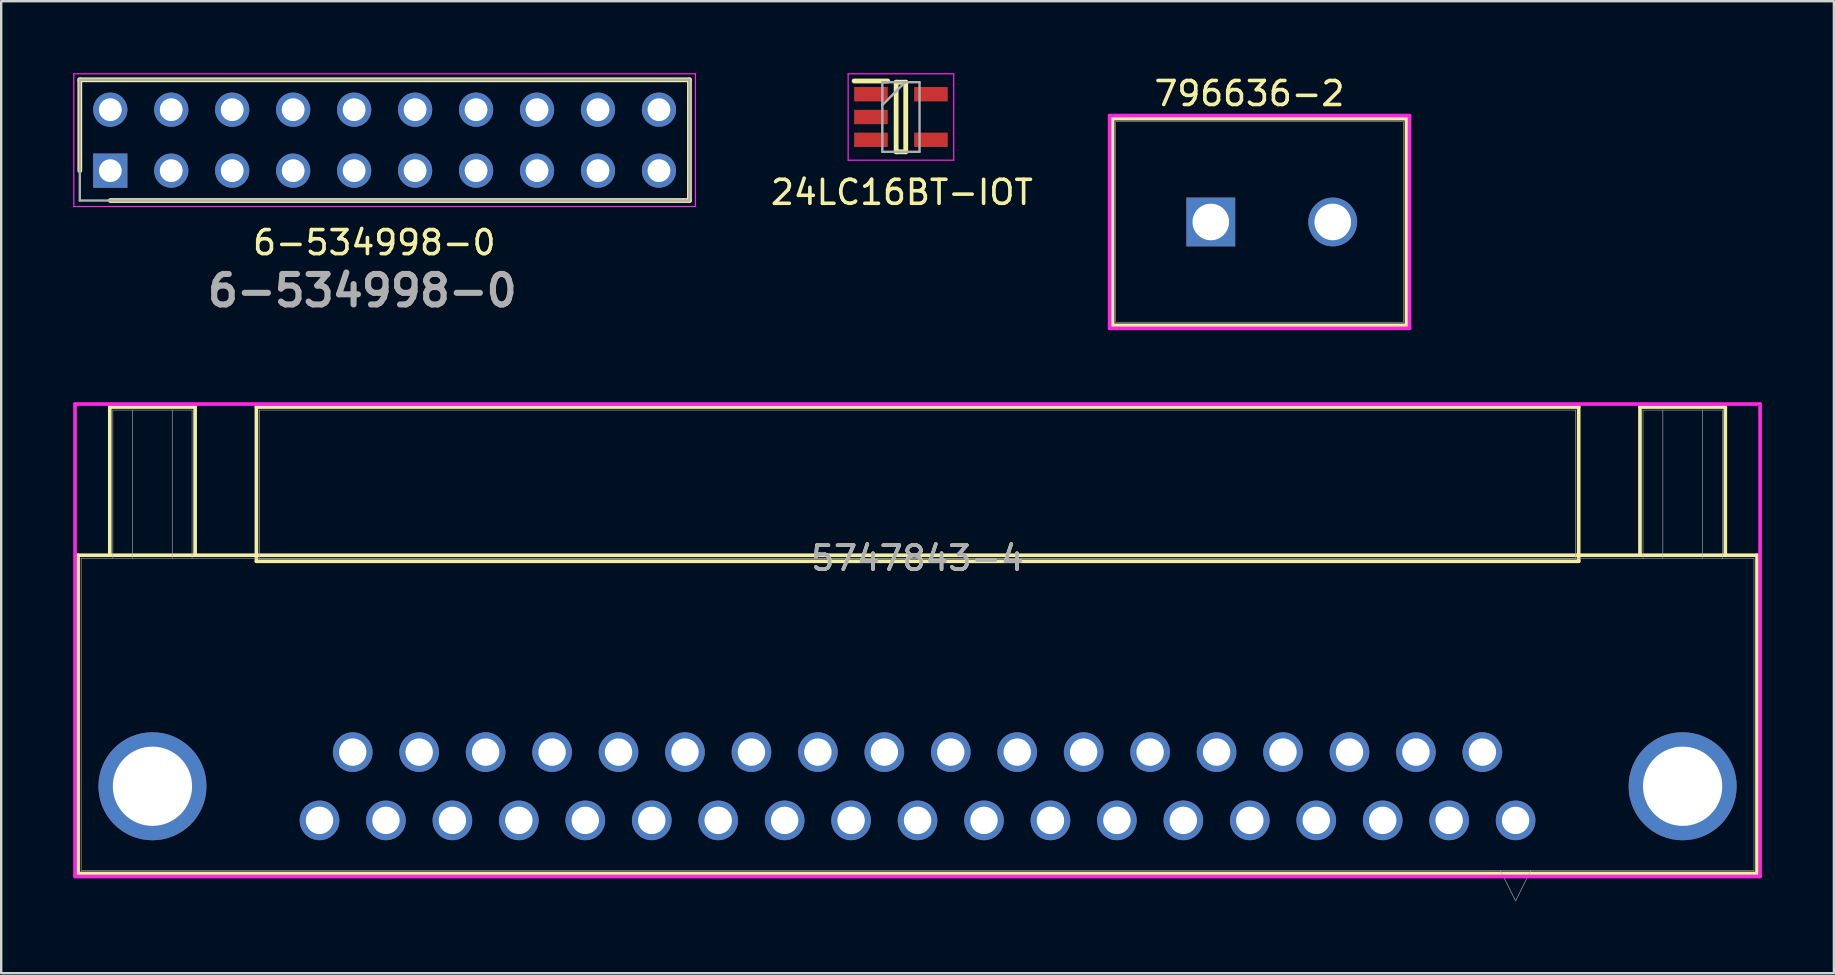
<source format=kicad_pcb>
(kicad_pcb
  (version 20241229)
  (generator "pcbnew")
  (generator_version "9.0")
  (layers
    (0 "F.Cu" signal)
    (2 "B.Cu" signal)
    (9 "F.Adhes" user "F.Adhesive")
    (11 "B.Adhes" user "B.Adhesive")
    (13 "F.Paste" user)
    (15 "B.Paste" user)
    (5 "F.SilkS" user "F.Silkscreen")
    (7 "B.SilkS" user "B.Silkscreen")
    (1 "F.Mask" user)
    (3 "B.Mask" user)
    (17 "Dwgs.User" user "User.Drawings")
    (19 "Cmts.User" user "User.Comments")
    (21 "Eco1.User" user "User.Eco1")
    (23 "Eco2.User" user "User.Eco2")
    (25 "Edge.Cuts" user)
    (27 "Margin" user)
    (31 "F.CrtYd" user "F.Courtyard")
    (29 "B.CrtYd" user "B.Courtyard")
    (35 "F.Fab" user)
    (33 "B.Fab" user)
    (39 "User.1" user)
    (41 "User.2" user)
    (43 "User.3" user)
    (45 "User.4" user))
  (footprint "24LC16BT-IOT"
    (layer "F.Cu")
    (at 34.487 1.825)
    (property "Reference" "24LC16BT-IOT" (at 0.04 3.14 0) (layer "F.SilkS") (effects (font (size 1 1) (thickness 0.15))))
    (attr smd)
    (fp_line (start -1.95 -1.5) (end -0.55 -1.5) (stroke (width 0.2) (type solid)) (layer "F.SilkS"))
    (fp_line (start -0.2 -1.45) (end 0.2 -1.45) (stroke (width 0.2) (type solid)) (layer "F.SilkS"))
    (fp_line (start -0.2 1.45) (end -0.2 -1.45) (stroke (width 0.2) (type solid)) (layer "F.SilkS"))
    (fp_line (start 0.2 -1.45) (end 0.2 1.45) (stroke (width 0.2) (type solid)) (layer "F.SilkS"))
    (fp_line (start 0.2 1.45) (end -0.2 1.45) (stroke (width 0.2) (type solid)) (layer "F.SilkS"))
    (fp_line (start -2.2 -1.8) (end 2.2 -1.8) (stroke (width 0.05) (type solid)) (layer "F.CrtYd"))
    (fp_line (start -2.2 1.8) (end -2.2 -1.8) (stroke (width 0.05) (type solid)) (layer "F.CrtYd"))
    (fp_line (start 2.2 -1.8) (end 2.2 1.8) (stroke (width 0.05) (type solid)) (layer "F.CrtYd"))
    (fp_line (start 2.2 1.8) (end -2.2 1.8) (stroke (width 0.05) (type solid)) (layer "F.CrtYd"))
    (fp_line (start -0.775 -1.45) (end 0.775 -1.45) (stroke (width 0.1) (type solid)) (layer "F.Fab"))
    (fp_line (start -0.775 -0.5) (end 0.175 -1.45) (stroke (width 0.1) (type solid)) (layer "F.Fab"))
    (fp_line (start -0.775 1.45) (end -0.775 -1.45) (stroke (width 0.1) (type solid)) (layer "F.Fab"))
    (fp_line (start 0.775 -1.45) (end 0.775 1.45) (stroke (width 0.1) (type solid)) (layer "F.Fab"))
    (fp_line (start 0.775 1.45) (end -0.775 1.45) (stroke (width 0.1) (type solid)) (layer "F.Fab"))
    (pad "1" smd rect (at -1.25 -0.95 90) (size 0.6 1.4) (layers "F.Cu" "F.Mask" "F.Paste"))
    (pad "2" smd rect (at -1.25 0 90) (size 0.6 1.4) (layers "F.Cu" "F.Mask" "F.Paste"))
    (pad "3" smd rect (at -1.25 0.95 90) (size 0.6 1.4) (layers "F.Cu" "F.Mask" "F.Paste"))
    (pad "4" smd rect (at 1.25 0.95 90) (size 0.6 1.4) (layers "F.Cu" "F.Mask" "F.Paste"))
    (pad "5" smd rect (at 1.25 -0.95 90) (size 0.6 1.4) (layers "F.Cu" "F.Mask" "F.Paste")))
  (footprint "6-534998-0"
    (layer "F.Cu")
    (at 1.545 4.06)
    (property "Reference" "6-534998-0" (at 11 3 0) (layer "F.SilkS") (effects (font (size 1 1) (thickness 0.15))))
    (attr through_hole)
    (fp_line (start -1.27 -3.785) (end -1.27 0) (stroke (width 0.2) (type solid)) (layer "F.SilkS"))
    (fp_line (start 0 1.245) (end 24.13 1.245) (stroke (width 0.2) (type solid)) (layer "F.SilkS"))
    (fp_line (start 24.13 -3.785) (end -1.27 -3.785) (stroke (width 0.2) (type solid)) (layer "F.SilkS"))
    (fp_line (start 24.13 1.245) (end 24.13 -3.785) (stroke (width 0.2) (type solid)) (layer "F.SilkS"))
    (fp_line (start -1.52 -4.035) (end 24.38 -4.035) (stroke (width 0.05) (type solid)) (layer "F.CrtYd"))
    (fp_line (start -1.52 1.495) (end -1.52 -4.035) (stroke (width 0.05) (type solid)) (layer "F.CrtYd"))
    (fp_line (start 24.38 -4.035) (end 24.38 1.495) (stroke (width 0.05) (type solid)) (layer "F.CrtYd"))
    (fp_line (start 24.38 1.495) (end -1.52 1.495) (stroke (width 0.05) (type solid)) (layer "F.CrtYd"))
    (fp_line (start -1.27 -3.785) (end 24.13 -3.785) (stroke (width 0.1) (type solid)) (layer "F.Fab"))
    (fp_line (start -1.27 1.245) (end -1.27 -3.785) (stroke (width 0.1) (type solid)) (layer "F.Fab"))
    (fp_line (start 24.13 -3.785) (end 24.13 1.245) (stroke (width 0.1) (type solid)) (layer "F.Fab"))
    (fp_line (start 24.13 1.245) (end -1.27 1.245) (stroke (width 0.1) (type solid)) (layer "F.Fab"))
    (fp_text user "${REFERENCE}" (at 10.5 5 0) (layer "F.Fab") (effects (font (size 1.27 1.27) (thickness 0.254))))
    (pad "1" thru_hole rect (at 0 0) (size 1.425 1.425) (drill 0.95) (layers "*.Cu" "*.Mask"))
    (pad "2" thru_hole circle (at 0 -2.54) (size 1.425 1.425) (drill 0.95) (layers "*.Cu" "*.Mask"))
    (pad "3" thru_hole circle (at 2.54 0) (size 1.425 1.425) (drill 0.95) (layers "*.Cu" "*.Mask"))
    (pad "4" thru_hole circle (at 2.54 -2.54) (size 1.425 1.425) (drill 0.95) (layers "*.Cu" "*.Mask"))
    (pad "5" thru_hole circle (at 5.08 0) (size 1.425 1.425) (drill 0.95) (layers "*.Cu" "*.Mask"))
    (pad "6" thru_hole circle (at 5.08 -2.54) (size 1.425 1.425) (drill 0.95) (layers "*.Cu" "*.Mask"))
    (pad "7" thru_hole circle (at 7.62 0) (size 1.425 1.425) (drill 0.95) (layers "*.Cu" "*.Mask"))
    (pad "8" thru_hole circle (at 7.62 -2.54) (size 1.425 1.425) (drill 0.95) (layers "*.Cu" "*.Mask"))
    (pad "9" thru_hole circle (at 10.16 0) (size 1.425 1.425) (drill 0.95) (layers "*.Cu" "*.Mask"))
    (pad "10" thru_hole circle (at 10.16 -2.54) (size 1.425 1.425) (drill 0.95) (layers "*.Cu" "*.Mask"))
    (pad "11" thru_hole circle (at 12.7 0) (size 1.425 1.425) (drill 0.95) (layers "*.Cu" "*.Mask"))
    (pad "12" thru_hole circle (at 12.7 -2.54) (size 1.425 1.425) (drill 0.95) (layers "*.Cu" "*.Mask"))
    (pad "13" thru_hole circle (at 15.24 0) (size 1.425 1.425) (drill 0.95) (layers "*.Cu" "*.Mask"))
    (pad "14" thru_hole circle (at 15.24 -2.54) (size 1.425 1.425) (drill 0.95) (layers "*.Cu" "*.Mask"))
    (pad "15" thru_hole circle (at 17.78 0) (size 1.425 1.425) (drill 0.95) (layers "*.Cu" "*.Mask"))
    (pad "16" thru_hole circle (at 17.78 -2.54) (size 1.425 1.425) (drill 0.95) (layers "*.Cu" "*.Mask"))
    (pad "17" thru_hole circle (at 20.32 0) (size 1.425 1.425) (drill 0.95) (layers "*.Cu" "*.Mask"))
    (pad "18" thru_hole circle (at 20.32 -2.54) (size 1.425 1.425) (drill 0.95) (layers "*.Cu" "*.Mask"))
    (pad "19" thru_hole circle (at 22.86 0) (size 1.425 1.425) (drill 0.95) (layers "*.Cu" "*.Mask"))
    (pad "20" thru_hole circle (at 22.86 -2.54) (size 1.425 1.425) (drill 0.95) (layers "*.Cu" "*.Mask")))
  (footprint "796636-2"
    (layer "F.Cu")
    (at 47.397 6.198)
    (property "Reference" "796636-2" (at 1.61 -5.35 0) (unlocked yes) (layer "F.SilkS") (effects (font (size 1 1) (thickness 0.15))))
    (attr through_hole)
    (fp_line (start -4.089 -4.305) (end -4.089 4.305) (stroke (width 0.152) (type solid)) (layer "F.SilkS"))
    (fp_line (start -4.089 4.305) (end 8.153 4.305) (stroke (width 0.152) (type solid)) (layer "F.SilkS"))
    (fp_line (start 8.153 -4.305) (end -4.089 -4.305) (stroke (width 0.152) (type solid)) (layer "F.SilkS"))
    (fp_line (start 8.153 4.305) (end 8.153 -4.305) (stroke (width 0.152) (type solid)) (layer "F.SilkS"))
    (fp_line (start -4.216 -4.432) (end -4.216 4.432) (stroke (width 0.152) (type solid)) (layer "F.CrtYd"))
    (fp_line (start -4.216 4.432) (end 8.28 4.432) (stroke (width 0.152) (type solid)) (layer "F.CrtYd"))
    (fp_line (start 8.28 -4.432) (end -4.216 -4.432) (stroke (width 0.152) (type solid)) (layer "F.CrtYd"))
    (fp_line (start 8.28 4.432) (end 8.28 -4.432) (stroke (width 0.152) (type solid)) (layer "F.CrtYd"))
    (fp_line (start -3.962 -4.178) (end -3.962 4.178) (stroke (width 0.025) (type solid)) (layer "F.Fab"))
    (fp_line (start -3.962 4.178) (end 8.026 4.178) (stroke (width 0.025) (type solid)) (layer "F.Fab"))
    (fp_line (start 8.026 -4.178) (end -3.962 -4.178) (stroke (width 0.025) (type solid)) (layer "F.Fab"))
    (fp_line (start 8.026 4.178) (end 8.026 -4.178) (stroke (width 0.025) (type solid)) (layer "F.Fab"))
    (pad "1" thru_hole rect (at 0 0) (size 2.032 2.032) (drill 1.524) (layers "*.Cu" "*.Mask"))
    (pad "2" thru_hole circle (at 5.08 0) (size 2.032 2.032) (drill 1.524) (layers "*.Cu" "*.Mask")))
  (footprint "5747843-4"
    (layer "F.Cu")
    (at 35.179 20.209)
    (property "Reference" "5747843-4" (at 0 0 0) (unlocked yes) (layer "F.SilkS") (effects (font (size 1 1) (thickness 0.15))))
    (attr through_hole)
    (fp_line (start -34.976 -0.127) (end -34.976 13.132) (stroke (width 0.152) (type solid)) (layer "F.SilkS"))
    (fp_line (start -34.976 13.132) (end 34.976 13.132) (stroke (width 0.152) (type solid)) (layer "F.SilkS"))
    (fp_line (start -33.655 -6.299) (end -30.099 -6.299) (stroke (width 0.152) (type solid)) (layer "F.SilkS"))
    (fp_line (start -33.655 -0.127) (end -33.655 -6.299) (stroke (width 0.152) (type solid)) (layer "F.SilkS"))
    (fp_line (start -30.099 -6.299) (end -30.099 -0.127) (stroke (width 0.152) (type solid)) (layer "F.SilkS"))
    (fp_line (start -27.546 -6.299) (end -27.546 0.127) (stroke (width 0.152) (type solid)) (layer "F.SilkS"))
    (fp_line (start -27.546 0.127) (end 27.546 0.127) (stroke (width 0.152) (type solid)) (layer "F.SilkS"))
    (fp_line (start 27.546 -6.299) (end -27.546 -6.299) (stroke (width 0.152) (type solid)) (layer "F.SilkS"))
    (fp_line (start 27.546 0.127) (end 27.546 -6.299) (stroke (width 0.152) (type solid)) (layer "F.SilkS"))
    (fp_line (start 30.099 -6.299) (end 33.655 -6.299) (stroke (width 0.152) (type solid)) (layer "F.SilkS"))
    (fp_line (start 30.099 -0.127) (end 30.099 -6.299) (stroke (width 0.152) (type solid)) (layer "F.SilkS"))
    (fp_line (start 33.655 -6.299) (end 33.655 -0.127) (stroke (width 0.152) (type solid)) (layer "F.SilkS"))
    (fp_line (start 34.976 -0.127) (end -34.976 -0.127) (stroke (width 0.152) (type solid)) (layer "F.SilkS"))
    (fp_line (start 34.976 13.132) (end 34.976 -0.127) (stroke (width 0.152) (type solid)) (layer "F.SilkS"))
    (fp_line (start -35.103 -6.426) (end -35.103 13.259) (stroke (width 0.152) (type solid)) (layer "F.CrtYd"))
    (fp_line (start -35.103 13.259) (end 35.103 13.259) (stroke (width 0.152) (type solid)) (layer "F.CrtYd"))
    (fp_line (start 35.103 -6.426) (end -35.103 -6.426) (stroke (width 0.152) (type solid)) (layer "F.CrtYd"))
    (fp_line (start 35.103 13.259) (end 35.103 -6.426) (stroke (width 0.152) (type solid)) (layer "F.CrtYd"))
    (fp_line (start -34.849 0) (end -34.849 13.005) (stroke (width 0.025) (type solid)) (layer "F.Fab"))
    (fp_line (start -34.849 13.005) (end 34.849 13.005) (stroke (width 0.025) (type solid)) (layer "F.Fab"))
    (fp_line (start -33.528 -6.172) (end -30.226 -6.172) (stroke (width 0.025) (type solid)) (layer "F.Fab"))
    (fp_line (start -33.528 0) (end -33.528 -6.172) (stroke (width 0.025) (type solid)) (layer "F.Fab"))
    (fp_line (start -32.703 0) (end -32.703 -6.172) (stroke (width 0.025) (type solid)) (layer "F.Fab"))
    (fp_line (start -31.052 -6.172) (end -31.052 0) (stroke (width 0.025) (type solid)) (layer "F.Fab"))
    (fp_line (start -30.226 -6.172) (end -30.226 0) (stroke (width 0.025) (type solid)) (layer "F.Fab"))
    (fp_line (start -27.419 -6.172) (end -27.419 0) (stroke (width 0.025) (type solid)) (layer "F.Fab"))
    (fp_line (start -27.419 0) (end 27.419 0) (stroke (width 0.025) (type solid)) (layer "F.Fab"))
    (fp_line (start 24.282 13.005) (end 24.917 14.275) (stroke (width 0.025) (type solid)) (layer "F.Fab"))
    (fp_line (start 25.552 13.005) (end 24.917 14.275) (stroke (width 0.025) (type solid)) (layer "F.Fab"))
    (fp_line (start 27.419 -6.172) (end -27.419 -6.172) (stroke (width 0.025) (type solid)) (layer "F.Fab"))
    (fp_line (start 27.419 0) (end 27.419 -6.172) (stroke (width 0.025) (type solid)) (layer "F.Fab"))
    (fp_line (start 30.226 -6.172) (end 33.528 -6.172) (stroke (width 0.025) (type solid)) (layer "F.Fab"))
    (fp_line (start 30.226 0) (end 30.226 -6.172) (stroke (width 0.025) (type solid)) (layer "F.Fab"))
    (fp_line (start 31.052 0) (end 31.052 -6.172) (stroke (width 0.025) (type solid)) (layer "F.Fab"))
    (fp_line (start 32.703 -6.172) (end 32.703 0) (stroke (width 0.025) (type solid)) (layer "F.Fab"))
    (fp_line (start 33.528 -6.172) (end 33.528 0) (stroke (width 0.025) (type solid)) (layer "F.Fab"))
    (fp_line (start 34.849 0) (end -34.849 0) (stroke (width 0.025) (type solid)) (layer "F.Fab"))
    (fp_line (start 34.849 13.005) (end 34.849 0) (stroke (width 0.025) (type solid)) (layer "F.Fab"))
    (fp_text user "${REFERENCE}" (at 0 0 0) (unlocked yes) (layer "F.Fab") (effects (font (size 1 1) (thickness 0.15))))
    (pad "0" thru_hole circle (at -31.877 9.5) (size 4.5 4.5) (drill 3.302) (layers "*.Cu" "*.Mask"))
    (pad "0" thru_hole circle (at 31.877 9.5) (size 4.5 4.5) (drill 3.302) (layers "*.Cu" "*.Mask"))
    (pad "1" thru_hole circle (at 24.917 10.922) (size 1.651 1.651) (drill 1.143) (layers "*.Cu" "*.Mask"))
    (pad "2" thru_hole circle (at 22.149 10.922) (size 1.651 1.651) (drill 1.143) (layers "*.Cu" "*.Mask"))
    (pad "3" thru_hole circle (at 19.38 10.922) (size 1.651 1.651) (drill 1.143) (layers "*.Cu" "*.Mask"))
    (pad "4" thru_hole circle (at 16.612 10.922) (size 1.651 1.651) (drill 1.143) (layers "*.Cu" "*.Mask"))
    (pad "5" thru_hole circle (at 13.843 10.922) (size 1.651 1.651) (drill 1.143) (layers "*.Cu" "*.Mask"))
    (pad "6" thru_hole circle (at 11.074 10.922) (size 1.651 1.651) (drill 1.143) (layers "*.Cu" "*.Mask"))
    (pad "7" thru_hole circle (at 8.306 10.922) (size 1.651 1.651) (drill 1.143) (layers "*.Cu" "*.Mask"))
    (pad "8" thru_hole circle (at 5.537 10.922) (size 1.651 1.651) (drill 1.143) (layers "*.Cu" "*.Mask"))
    (pad "9" thru_hole circle (at 2.769 10.922) (size 1.651 1.651) (drill 1.143) (layers "*.Cu" "*.Mask"))
    (pad "10" thru_hole circle (at 0 10.922) (size 1.651 1.651) (drill 1.143) (layers "*.Cu" "*.Mask"))
    (pad "11" thru_hole circle (at -2.769 10.922) (size 1.651 1.651) (drill 1.143) (layers "*.Cu" "*.Mask"))
    (pad "12" thru_hole circle (at -5.537 10.922) (size 1.651 1.651) (drill 1.143) (layers "*.Cu" "*.Mask"))
    (pad "13" thru_hole circle (at -8.306 10.922) (size 1.651 1.651) (drill 1.143) (layers "*.Cu" "*.Mask"))
    (pad "14" thru_hole circle (at -11.074 10.922) (size 1.651 1.651) (drill 1.143) (layers "*.Cu" "*.Mask"))
    (pad "15" thru_hole circle (at -13.843 10.922) (size 1.651 1.651) (drill 1.143) (layers "*.Cu" "*.Mask"))
    (pad "16" thru_hole circle (at -16.612 10.922) (size 1.651 1.651) (drill 1.143) (layers "*.Cu" "*.Mask"))
    (pad "17" thru_hole circle (at -19.38 10.922) (size 1.651 1.651) (drill 1.143) (layers "*.Cu" "*.Mask"))
    (pad "18" thru_hole circle (at -22.149 10.922) (size 1.651 1.651) (drill 1.143) (layers "*.Cu" "*.Mask"))
    (pad "19" thru_hole circle (at -24.917 10.922) (size 1.651 1.651) (drill 1.143) (layers "*.Cu" "*.Mask"))
    (pad "20" thru_hole circle (at 23.533 8.077) (size 1.651 1.651) (drill 1.143) (layers "*.Cu" "*.Mask"))
    (pad "21" thru_hole circle (at 20.765 8.077) (size 1.651 1.651) (drill 1.143) (layers "*.Cu" "*.Mask"))
    (pad "22" thru_hole circle (at 17.996 8.077) (size 1.651 1.651) (drill 1.143) (layers "*.Cu" "*.Mask"))
    (pad "23" thru_hole circle (at 15.227 8.077) (size 1.651 1.651) (drill 1.143) (layers "*.Cu" "*.Mask"))
    (pad "24" thru_hole circle (at 12.459 8.077) (size 1.651 1.651) (drill 1.143) (layers "*.Cu" "*.Mask"))
    (pad "25" thru_hole circle (at 9.69 8.077) (size 1.651 1.651) (drill 1.143) (layers "*.Cu" "*.Mask"))
    (pad "26" thru_hole circle (at 6.921 8.077) (size 1.651 1.651) (drill 1.143) (layers "*.Cu" "*.Mask"))
    (pad "27" thru_hole circle (at 4.153 8.077) (size 1.651 1.651) (drill 1.143) (layers "*.Cu" "*.Mask"))
    (pad "28" thru_hole circle (at 1.384 8.077) (size 1.651 1.651) (drill 1.143) (layers "*.Cu" "*.Mask"))
    (pad "29" thru_hole circle (at -1.384 8.077) (size 1.651 1.651) (drill 1.143) (layers "*.Cu" "*.Mask"))
    (pad "30" thru_hole circle (at -4.153 8.077) (size 1.651 1.651) (drill 1.143) (layers "*.Cu" "*.Mask"))
    (pad "31" thru_hole circle (at -6.921 8.077) (size 1.651 1.651) (drill 1.143) (layers "*.Cu" "*.Mask"))
    (pad "32" thru_hole circle (at -9.69 8.077) (size 1.651 1.651) (drill 1.143) (layers "*.Cu" "*.Mask"))
    (pad "33" thru_hole circle (at -12.459 8.077) (size 1.651 1.651) (drill 1.143) (layers "*.Cu" "*.Mask"))
    (pad "34" thru_hole circle (at -15.227 8.077) (size 1.651 1.651) (drill 1.143) (layers "*.Cu" "*.Mask"))
    (pad "35" thru_hole circle (at -17.996 8.077) (size 1.651 1.651) (drill 1.143) (layers "*.Cu" "*.Mask"))
    (pad "36" thru_hole circle (at -20.765 8.077) (size 1.651 1.651) (drill 1.143) (layers "*.Cu" "*.Mask"))
    (pad "37" thru_hole circle (at -23.533 8.077) (size 1.651 1.651) (drill 1.143) (layers "*.Cu" "*.Mask")))
  (gr_rect
    (start -3 -3)
    (end 73.358 37.497)
    (stroke (width 0.1) (type default))
    (fill no)
    (layer "Edge.Cuts")))
</source>
